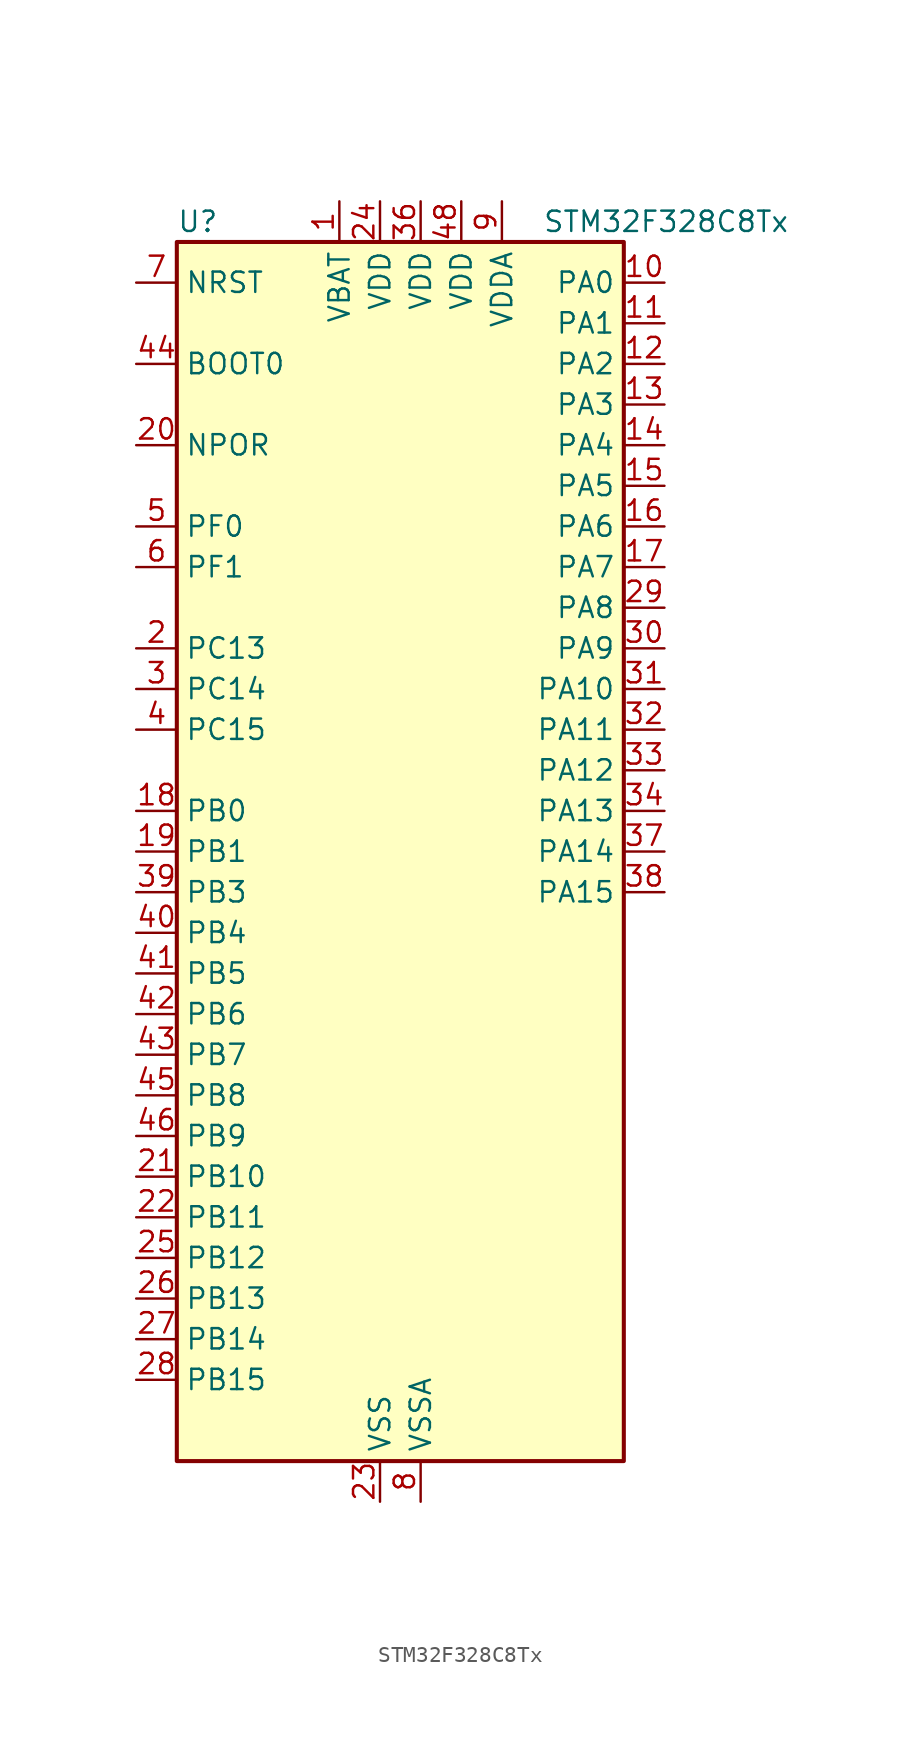
<source format=kicad_sym>
(kicad_symbol_lib
  (version 20231120)
  (generator "kicad_symbol_editor")
  (generator_version "8.0")
  (symbol "STM32F328C8Tx"
    (property "Reference" "U"
      (at -12.7 39.37 0)
      (effects (font (size 1.27 1.27)) (justify left)))
    (property "Value" "STM32F328C8Tx"
      (at 10.16 39.37 0)
      (effects (font (size 1.27 1.27)) (justify left)))
    (property "ki_locked" ""
      (at 0 0 0)
      (effects (font (size 1.27 1.27))))
    (symbol "STM32F328C8Tx_0_1"
      (rectangle (start -12.7 -38.1) (end 15.24 38.1) (stroke (width 0.254) (type default)) (fill (type background))))
    (symbol "STM32F328C8Tx_1_1"
      (pin power_in line (at -2.54 40.64 270) (length 2.54) (name "VBAT" (effects (font (size 1.27 1.27)))) (number "1" (effects (font (size 1.27 1.27)))))
      (pin bidirectional line (at 17.78 35.56 180) (length 2.54) (name "PA0" (effects (font (size 1.27 1.27)))) (number "10" (effects (font (size 1.27 1.27)))) (alternate "ADC1_IN1" bidirectional line) (alternate "RTC_TAMP2" bidirectional line) (alternate "SYS_WKUP1" bidirectional line) (alternate "TIM2_CH1" bidirectional line) (alternate "TIM2_ETR" bidirectional line) (alternate "TSC_G1_IO1" bidirectional line) (alternate "USART2_CTS" bidirectional line))
      (pin bidirectional line (at 17.78 33.02 180) (length 2.54) (name "PA1" (effects (font (size 1.27 1.27)))) (number "11" (effects (font (size 1.27 1.27)))) (alternate "ADC1_IN2" bidirectional line) (alternate "RTC_REFIN" bidirectional line) (alternate "TIM15_CH1N" bidirectional line) (alternate "TIM2_CH2" bidirectional line) (alternate "TSC_G1_IO2" bidirectional line) (alternate "USART2_DE" bidirectional line) (alternate "USART2_RTS" bidirectional line))
      (pin bidirectional line (at 17.78 30.48 180) (length 2.54) (name "PA2" (effects (font (size 1.27 1.27)))) (number "12" (effects (font (size 1.27 1.27)))) (alternate "ADC1_IN3" bidirectional line) (alternate "COMP2_INM" bidirectional line) (alternate "COMP2_OUT" bidirectional line) (alternate "TIM15_CH1" bidirectional line) (alternate "TIM2_CH3" bidirectional line) (alternate "TSC_G1_IO3" bidirectional line) (alternate "USART2_TX" bidirectional line))
      (pin bidirectional line (at 17.78 27.94 180) (length 2.54) (name "PA3" (effects (font (size 1.27 1.27)))) (number "13" (effects (font (size 1.27 1.27)))) (alternate "ADC1_IN4" bidirectional line) (alternate "TIM15_CH2" bidirectional line) (alternate "TIM2_CH4" bidirectional line) (alternate "TSC_G1_IO4" bidirectional line) (alternate "USART2_RX" bidirectional line))
      (pin bidirectional line (at 17.78 25.4 180) (length 2.54) (name "PA4" (effects (font (size 1.27 1.27)))) (number "14" (effects (font (size 1.27 1.27)))) (alternate "ADC2_IN1" bidirectional line) (alternate "COMP2_INM" bidirectional line) (alternate "COMP4_INM" bidirectional line) (alternate "COMP6_INM" bidirectional line) (alternate "DAC1_OUT1" bidirectional line) (alternate "SPI1_NSS" bidirectional line) (alternate "TIM3_CH2" bidirectional line) (alternate "TSC_G2_IO1" bidirectional line) (alternate "USART2_CK" bidirectional line))
      (pin bidirectional line (at 17.78 22.86 180) (length 2.54) (name "PA5" (effects (font (size 1.27 1.27)))) (number "15" (effects (font (size 1.27 1.27)))) (alternate "ADC2_IN2" bidirectional line) (alternate "DAC1_OUT2" bidirectional line) (alternate "OPAMP2_VINM" bidirectional line) (alternate "OPAMP2_VINM_SEC" bidirectional line) (alternate "SPI1_SCK" bidirectional line) (alternate "TIM2_CH1" bidirectional line) (alternate "TIM2_ETR" bidirectional line) (alternate "TSC_G2_IO2" bidirectional line))
      (pin bidirectional line (at 17.78 20.32 180) (length 2.54) (name "PA6" (effects (font (size 1.27 1.27)))) (number "16" (effects (font (size 1.27 1.27)))) (alternate "ADC2_IN3" bidirectional line) (alternate "DAC2_OUT1" bidirectional line) (alternate "OPAMP2_VOUT" bidirectional line) (alternate "SPI1_MISO" bidirectional line) (alternate "TIM16_CH1" bidirectional line) (alternate "TIM1_BKIN" bidirectional line) (alternate "TIM3_CH1" bidirectional line) (alternate "TSC_G2_IO3" bidirectional line))
      (pin bidirectional line (at 17.78 17.78 180) (length 2.54) (name "PA7" (effects (font (size 1.27 1.27)))) (number "17" (effects (font (size 1.27 1.27)))) (alternate "ADC2_IN4" bidirectional line) (alternate "COMP2_INP" bidirectional line) (alternate "OPAMP2_VINP" bidirectional line) (alternate "OPAMP2_VINP_SEC" bidirectional line) (alternate "SPI1_MOSI" bidirectional line) (alternate "TIM17_CH1" bidirectional line) (alternate "TIM1_CH1N" bidirectional line) (alternate "TIM3_CH2" bidirectional line) (alternate "TSC_G2_IO4" bidirectional line))
      (pin bidirectional line (at -15.24 2.54 0) (length 2.54) (name "PB0" (effects (font (size 1.27 1.27)))) (number "18" (effects (font (size 1.27 1.27)))) (alternate "ADC1_IN11" bidirectional line) (alternate "COMP4_INP" bidirectional line) (alternate "OPAMP2_VINP" bidirectional line) (alternate "OPAMP2_VINP_SEC" bidirectional line) (alternate "TIM1_CH2N" bidirectional line) (alternate "TIM3_CH3" bidirectional line) (alternate "TSC_G3_IO2" bidirectional line))
      (pin bidirectional line (at -15.24 0 0) (length 2.54) (name "PB1" (effects (font (size 1.27 1.27)))) (number "19" (effects (font (size 1.27 1.27)))) (alternate "ADC1_IN12" bidirectional line) (alternate "COMP4_OUT" bidirectional line) (alternate "TIM1_CH3N" bidirectional line) (alternate "TIM3_CH4" bidirectional line) (alternate "TSC_G3_IO3" bidirectional line))
      (pin bidirectional line (at -15.24 12.7 0) (length 2.54) (name "PC13" (effects (font (size 1.27 1.27)))) (number "2" (effects (font (size 1.27 1.27)))) (alternate "RTC_OUT_ALARM" bidirectional line) (alternate "RTC_OUT_CALIB" bidirectional line) (alternate "RTC_TAMP1" bidirectional line) (alternate "RTC_TS" bidirectional line) (alternate "SYS_WKUP2" bidirectional line) (alternate "TIM1_CH1N" bidirectional line))
      (pin input line (at -15.24 25.4 0) (length 2.54) (name "NPOR" (effects (font (size 1.27 1.27)))) (number "20" (effects (font (size 1.27 1.27)))))
      (pin bidirectional line (at -15.24 -20.32 0) (length 2.54) (name "PB10" (effects (font (size 1.27 1.27)))) (number "21" (effects (font (size 1.27 1.27)))) (alternate "TIM2_CH3" bidirectional line) (alternate "TSC_SYNC" bidirectional line) (alternate "USART3_TX" bidirectional line))
      (pin bidirectional line (at -15.24 -22.86 0) (length 2.54) (name "PB11" (effects (font (size 1.27 1.27)))) (number "22" (effects (font (size 1.27 1.27)))) (alternate "COMP6_INP" bidirectional line) (alternate "TIM2_CH4" bidirectional line) (alternate "TSC_G6_IO1" bidirectional line) (alternate "USART3_RX" bidirectional line))
      (pin power_in line (at 0 -40.64 90) (length 2.54) (name "VSS" (effects (font (size 1.27 1.27)))) (number "23" (effects (font (size 1.27 1.27)))))
      (pin power_in line (at 0 40.64 270) (length 2.54) (name "VDD" (effects (font (size 1.27 1.27)))) (number "24" (effects (font (size 1.27 1.27)))))
      (pin bidirectional line (at -15.24 -25.4 0) (length 2.54) (name "PB12" (effects (font (size 1.27 1.27)))) (number "25" (effects (font (size 1.27 1.27)))) (alternate "ADC2_IN13" bidirectional line) (alternate "TIM1_BKIN" bidirectional line) (alternate "TSC_G6_IO2" bidirectional line) (alternate "USART3_CK" bidirectional line))
      (pin bidirectional line (at -15.24 -27.94 0) (length 2.54) (name "PB13" (effects (font (size 1.27 1.27)))) (number "26" (effects (font (size 1.27 1.27)))) (alternate "ADC1_IN13" bidirectional line) (alternate "TIM1_CH1N" bidirectional line) (alternate "TSC_G6_IO3" bidirectional line) (alternate "USART3_CTS" bidirectional line))
      (pin bidirectional line (at -15.24 -30.48 0) (length 2.54) (name "PB14" (effects (font (size 1.27 1.27)))) (number "27" (effects (font (size 1.27 1.27)))) (alternate "ADC2_IN14" bidirectional line) (alternate "OPAMP2_VINP" bidirectional line) (alternate "OPAMP2_VINP_SEC" bidirectional line) (alternate "TIM15_CH1" bidirectional line) (alternate "TIM1_CH2N" bidirectional line) (alternate "TSC_G6_IO4" bidirectional line) (alternate "USART3_DE" bidirectional line) (alternate "USART3_RTS" bidirectional line))
      (pin bidirectional line (at -15.24 -33.02 0) (length 2.54) (name "PB15" (effects (font (size 1.27 1.27)))) (number "28" (effects (font (size 1.27 1.27)))) (alternate "ADC2_IN15" bidirectional line) (alternate "COMP6_INM" bidirectional line) (alternate "RTC_REFIN" bidirectional line) (alternate "TIM15_CH1N" bidirectional line) (alternate "TIM15_CH2" bidirectional line) (alternate "TIM1_CH3N" bidirectional line))
      (pin bidirectional line (at 17.78 15.24 180) (length 2.54) (name "PA8" (effects (font (size 1.27 1.27)))) (number "29" (effects (font (size 1.27 1.27)))) (alternate "RCC_MCO" bidirectional line) (alternate "TIM1_CH1" bidirectional line) (alternate "USART1_CK" bidirectional line))
      (pin bidirectional line (at -15.24 10.16 0) (length 2.54) (name "PC14" (effects (font (size 1.27 1.27)))) (number "3" (effects (font (size 1.27 1.27)))) (alternate "RCC_OSC32_IN" bidirectional line))
      (pin bidirectional line (at 17.78 12.7 180) (length 2.54) (name "PA9" (effects (font (size 1.27 1.27)))) (number "30" (effects (font (size 1.27 1.27)))) (alternate "DAC1_EXTI9" bidirectional line) (alternate "DAC2_EXTI9" bidirectional line) (alternate "TIM15_BKIN" bidirectional line) (alternate "TIM1_CH2" bidirectional line) (alternate "TIM2_CH3" bidirectional line) (alternate "TSC_G4_IO1" bidirectional line) (alternate "USART1_TX" bidirectional line))
      (pin bidirectional line (at 17.78 10.16 180) (length 2.54) (name "PA10" (effects (font (size 1.27 1.27)))) (number "31" (effects (font (size 1.27 1.27)))) (alternate "COMP6_OUT" bidirectional line) (alternate "TIM17_BKIN" bidirectional line) (alternate "TIM1_CH3" bidirectional line) (alternate "TIM2_CH4" bidirectional line) (alternate "TSC_G4_IO2" bidirectional line) (alternate "USART1_RX" bidirectional line))
      (pin bidirectional line (at 17.78 7.62 180) (length 2.54) (name "PA11" (effects (font (size 1.27 1.27)))) (number "32" (effects (font (size 1.27 1.27)))) (alternate "CAN_RX" bidirectional line) (alternate "TIM1_BKIN2" bidirectional line) (alternate "TIM1_CH1N" bidirectional line) (alternate "TIM1_CH4" bidirectional line) (alternate "USART1_CTS" bidirectional line))
      (pin bidirectional line (at 17.78 5.08 180) (length 2.54) (name "PA12" (effects (font (size 1.27 1.27)))) (number "33" (effects (font (size 1.27 1.27)))) (alternate "CAN_TX" bidirectional line) (alternate "COMP2_OUT" bidirectional line) (alternate "TIM16_CH1" bidirectional line) (alternate "TIM1_CH2N" bidirectional line) (alternate "TIM1_ETR" bidirectional line) (alternate "USART1_DE" bidirectional line) (alternate "USART1_RTS" bidirectional line))
      (pin bidirectional line (at 17.78 2.54 180) (length 2.54) (name "PA13" (effects (font (size 1.27 1.27)))) (number "34" (effects (font (size 1.27 1.27)))) (alternate "IR_OUT" bidirectional line) (alternate "SYS_JTMS-SWDIO" bidirectional line) (alternate "TIM16_CH1N" bidirectional line) (alternate "TSC_G4_IO3" bidirectional line) (alternate "USART3_CTS" bidirectional line))
      (pin passive line (at 0 -40.64 90) (length 2.54) hide (name "VSS" (effects (font (size 1.27 1.27)))) (number "35" (effects (font (size 1.27 1.27)))))
      (pin power_in line (at 2.54 40.64 270) (length 2.54) (name "VDD" (effects (font (size 1.27 1.27)))) (number "36" (effects (font (size 1.27 1.27)))))
      (pin bidirectional line (at 17.78 0 180) (length 2.54) (name "PA14" (effects (font (size 1.27 1.27)))) (number "37" (effects (font (size 1.27 1.27)))) (alternate "I2C1_SDA" bidirectional line) (alternate "SYS_JTCK-SWCLK" bidirectional line) (alternate "TIM1_BKIN" bidirectional line) (alternate "TSC_G4_IO4" bidirectional line) (alternate "USART2_TX" bidirectional line))
      (pin bidirectional line (at 17.78 -2.54 180) (length 2.54) (name "PA15" (effects (font (size 1.27 1.27)))) (number "38" (effects (font (size 1.27 1.27)))) (alternate "I2C1_SCL" bidirectional line) (alternate "SPI1_NSS" bidirectional line) (alternate "SYS_JTDI" bidirectional line) (alternate "TIM1_BKIN" bidirectional line) (alternate "TIM2_CH1" bidirectional line) (alternate "TIM2_ETR" bidirectional line) (alternate "TSC_SYNC" bidirectional line) (alternate "USART2_RX" bidirectional line))
      (pin bidirectional line (at -15.24 -2.54 0) (length 2.54) (name "PB3" (effects (font (size 1.27 1.27)))) (number "39" (effects (font (size 1.27 1.27)))) (alternate "SPI1_SCK" bidirectional line) (alternate "SYS_JTDO-TRACESWO" bidirectional line) (alternate "TIM2_CH2" bidirectional line) (alternate "TIM3_ETR" bidirectional line) (alternate "TSC_G5_IO1" bidirectional line) (alternate "USART2_TX" bidirectional line))
      (pin bidirectional line (at -15.24 7.62 0) (length 2.54) (name "PC15" (effects (font (size 1.27 1.27)))) (number "4" (effects (font (size 1.27 1.27)))) (alternate "RCC_OSC32_OUT" bidirectional line))
      (pin bidirectional line (at -15.24 -5.08 0) (length 2.54) (name "PB4" (effects (font (size 1.27 1.27)))) (number "40" (effects (font (size 1.27 1.27)))) (alternate "SPI1_MISO" bidirectional line) (alternate "SYS_NJTRST" bidirectional line) (alternate "TIM16_CH1" bidirectional line) (alternate "TIM17_BKIN" bidirectional line) (alternate "TIM3_CH1" bidirectional line) (alternate "TSC_G5_IO2" bidirectional line) (alternate "USART2_RX" bidirectional line))
      (pin bidirectional line (at -15.24 -7.62 0) (length 2.54) (name "PB5" (effects (font (size 1.27 1.27)))) (number "41" (effects (font (size 1.27 1.27)))) (alternate "I2C1_SMBA" bidirectional line) (alternate "SPI1_MOSI" bidirectional line) (alternate "TIM16_BKIN" bidirectional line) (alternate "TIM17_CH1" bidirectional line) (alternate "TIM3_CH2" bidirectional line) (alternate "USART2_CK" bidirectional line))
      (pin bidirectional line (at -15.24 -10.16 0) (length 2.54) (name "PB6" (effects (font (size 1.27 1.27)))) (number "42" (effects (font (size 1.27 1.27)))) (alternate "I2C1_SCL" bidirectional line) (alternate "TIM16_CH1N" bidirectional line) (alternate "TSC_G5_IO3" bidirectional line) (alternate "USART1_TX" bidirectional line))
      (pin bidirectional line (at -15.24 -12.7 0) (length 2.54) (name "PB7" (effects (font (size 1.27 1.27)))) (number "43" (effects (font (size 1.27 1.27)))) (alternate "I2C1_SDA" bidirectional line) (alternate "TIM17_CH1N" bidirectional line) (alternate "TIM3_CH4" bidirectional line) (alternate "TSC_G5_IO4" bidirectional line) (alternate "USART1_RX" bidirectional line))
      (pin input line (at -15.24 30.48 0) (length 2.54) (name "BOOT0" (effects (font (size 1.27 1.27)))) (number "44" (effects (font (size 1.27 1.27)))))
      (pin bidirectional line (at -15.24 -15.24 0) (length 2.54) (name "PB8" (effects (font (size 1.27 1.27)))) (number "45" (effects (font (size 1.27 1.27)))) (alternate "CAN_RX" bidirectional line) (alternate "I2C1_SCL" bidirectional line) (alternate "TIM16_CH1" bidirectional line) (alternate "TIM1_BKIN" bidirectional line) (alternate "TSC_SYNC" bidirectional line) (alternate "USART3_RX" bidirectional line))
      (pin bidirectional line (at -15.24 -17.78 0) (length 2.54) (name "PB9" (effects (font (size 1.27 1.27)))) (number "46" (effects (font (size 1.27 1.27)))) (alternate "CAN_TX" bidirectional line) (alternate "COMP2_OUT" bidirectional line) (alternate "DAC1_EXTI9" bidirectional line) (alternate "DAC2_EXTI9" bidirectional line) (alternate "I2C1_SDA" bidirectional line) (alternate "IR_OUT" bidirectional line) (alternate "TIM17_CH1" bidirectional line) (alternate "USART3_TX" bidirectional line))
      (pin passive line (at 0 -40.64 90) (length 2.54) hide (name "VSS" (effects (font (size 1.27 1.27)))) (number "47" (effects (font (size 1.27 1.27)))))
      (pin power_in line (at 5.08 40.64 270) (length 2.54) (name "VDD" (effects (font (size 1.27 1.27)))) (number "48" (effects (font (size 1.27 1.27)))))
      (pin bidirectional line (at -15.24 20.32 0) (length 2.54) (name "PF0" (effects (font (size 1.27 1.27)))) (number "5" (effects (font (size 1.27 1.27)))) (alternate "RCC_OSC_IN" bidirectional line) (alternate "TIM1_CH3N" bidirectional line))
      (pin bidirectional line (at -15.24 17.78 0) (length 2.54) (name "PF1" (effects (font (size 1.27 1.27)))) (number "6" (effects (font (size 1.27 1.27)))) (alternate "RCC_OSC_OUT" bidirectional line))
      (pin input line (at -15.24 35.56 0) (length 2.54) (name "NRST" (effects (font (size 1.27 1.27)))) (number "7" (effects (font (size 1.27 1.27)))))
      (pin power_in line (at 2.54 -40.64 90) (length 2.54) (name "VSSA" (effects (font (size 1.27 1.27)))) (number "8" (effects (font (size 1.27 1.27)))))
      (pin power_in line (at 7.62 40.64 270) (length 2.54) (name "VDDA" (effects (font (size 1.27 1.27)))) (number "9" (effects (font (size 1.27 1.27))))))))
</source>
